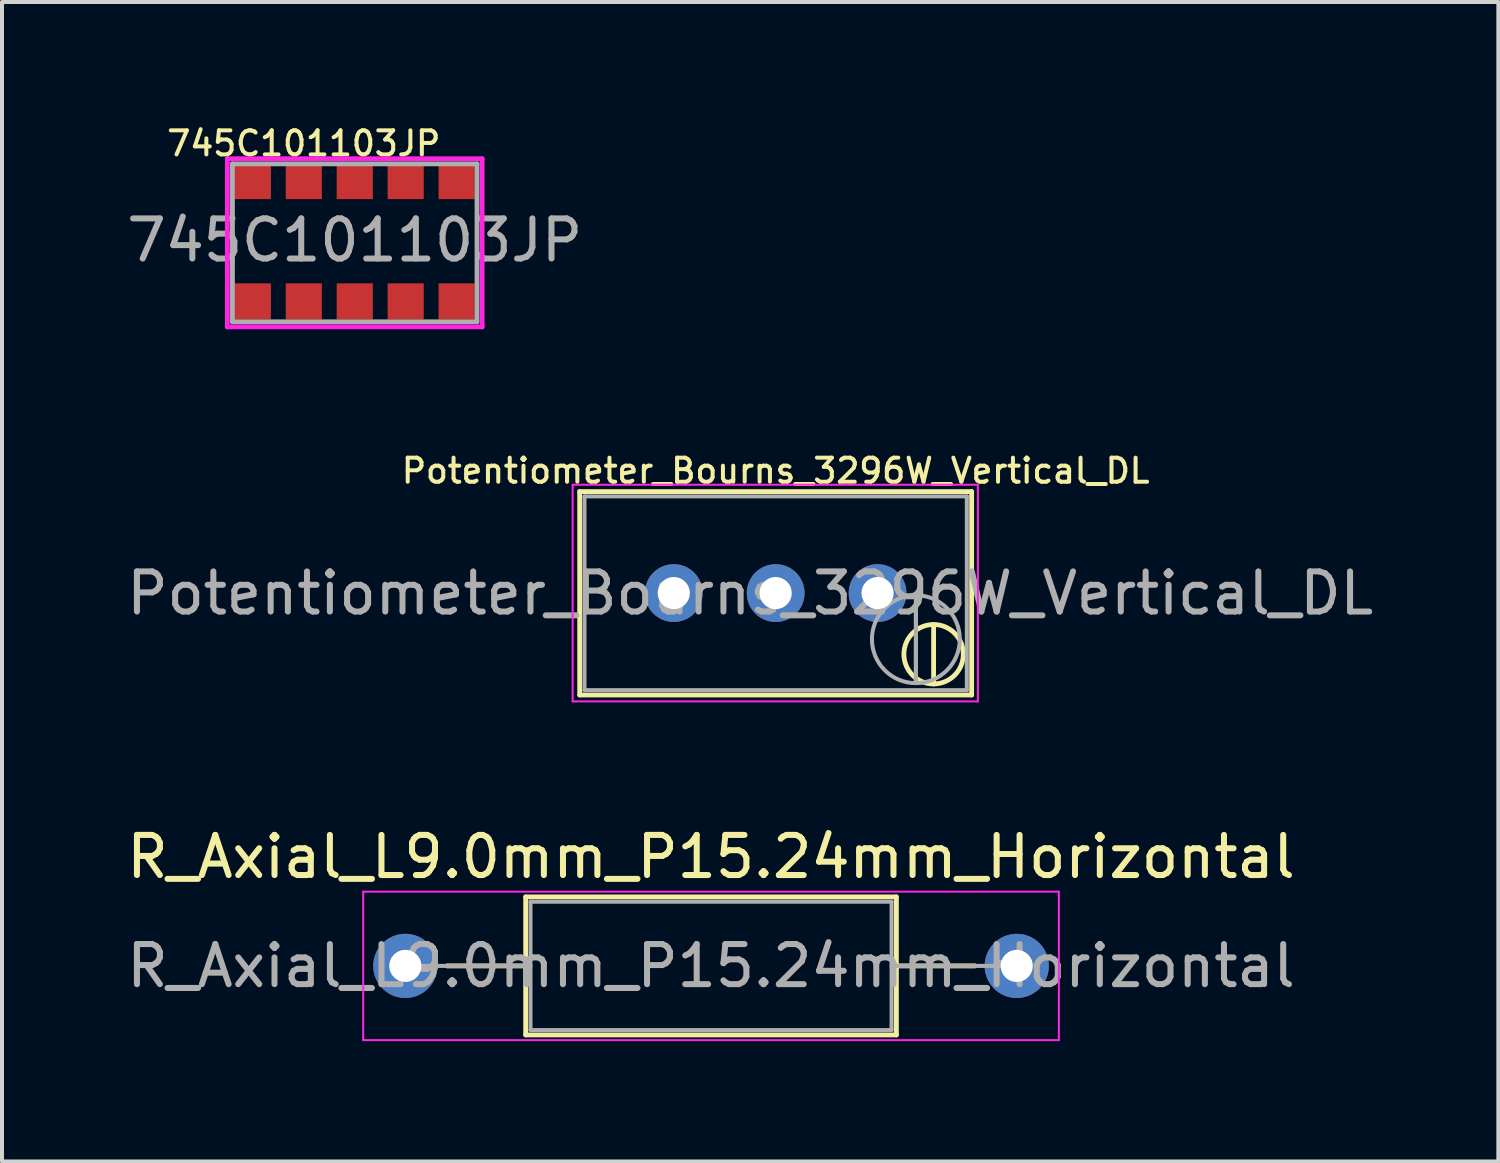
<source format=kicad_pcb>
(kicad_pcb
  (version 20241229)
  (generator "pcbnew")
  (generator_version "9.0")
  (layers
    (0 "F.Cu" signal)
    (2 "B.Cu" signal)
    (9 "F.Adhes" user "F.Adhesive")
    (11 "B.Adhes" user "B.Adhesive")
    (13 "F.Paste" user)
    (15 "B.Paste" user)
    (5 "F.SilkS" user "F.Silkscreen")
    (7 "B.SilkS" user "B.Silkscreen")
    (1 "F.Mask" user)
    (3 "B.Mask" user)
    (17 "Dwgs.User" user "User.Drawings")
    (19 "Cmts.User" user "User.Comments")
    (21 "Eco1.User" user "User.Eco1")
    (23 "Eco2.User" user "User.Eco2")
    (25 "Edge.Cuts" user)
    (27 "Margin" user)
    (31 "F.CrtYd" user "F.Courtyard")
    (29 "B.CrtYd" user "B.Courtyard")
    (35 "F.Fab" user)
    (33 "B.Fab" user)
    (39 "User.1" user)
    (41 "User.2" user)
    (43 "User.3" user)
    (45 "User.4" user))
  (footprint "R_Axial_L9.0mm_P15.24mm_Horizontal"
    (layer "F.Cu")
    (at 7.053 21.026)
    (property "Reference" "R_Axial_L9.0mm_P15.24mm_Horizontal" (at 7.62 -2.72 0) (layer "F.SilkS") (effects (font (size 1 1) (thickness 0.15))))
    (attr through_hole)
    (fp_line (start 1.04 0) (end 3 0) (stroke (width 0.12) (type solid)) (layer "F.SilkS"))
    (fp_line (start 3 -1.72) (end 3 1.72) (stroke (width 0.12) (type solid)) (layer "F.SilkS"))
    (fp_line (start 3 1.72) (end 12.24 1.72) (stroke (width 0.12) (type solid)) (layer "F.SilkS"))
    (fp_line (start 12.24 -1.72) (end 3 -1.72) (stroke (width 0.12) (type solid)) (layer "F.SilkS"))
    (fp_line (start 12.24 1.72) (end 12.24 -1.72) (stroke (width 0.12) (type solid)) (layer "F.SilkS"))
    (fp_line (start 14.2 0) (end 12.24 0) (stroke (width 0.12) (type solid)) (layer "F.SilkS"))
    (fp_line (start -1.05 -1.85) (end -1.05 1.85) (stroke (width 0.05) (type solid)) (layer "F.CrtYd"))
    (fp_line (start -1.05 1.85) (end 16.29 1.85) (stroke (width 0.05) (type solid)) (layer "F.CrtYd"))
    (fp_line (start 16.29 -1.85) (end -1.05 -1.85) (stroke (width 0.05) (type solid)) (layer "F.CrtYd"))
    (fp_line (start 16.29 1.85) (end 16.29 -1.85) (stroke (width 0.05) (type solid)) (layer "F.CrtYd"))
    (fp_line (start 0 0) (end 3.12 0) (stroke (width 0.1) (type solid)) (layer "F.Fab"))
    (fp_line (start 3.12 -1.6) (end 3.12 1.6) (stroke (width 0.1) (type solid)) (layer "F.Fab"))
    (fp_line (start 3.12 1.6) (end 12.12 1.6) (stroke (width 0.1) (type solid)) (layer "F.Fab"))
    (fp_line (start 12.12 -1.6) (end 3.12 -1.6) (stroke (width 0.1) (type solid)) (layer "F.Fab"))
    (fp_line (start 12.12 1.6) (end 12.12 -1.6) (stroke (width 0.1) (type solid)) (layer "F.Fab"))
    (fp_line (start 15.24 0) (end 12.12 0) (stroke (width 0.1) (type solid)) (layer "F.Fab"))
    (fp_text user "${REFERENCE}" (at 7.62 0 0) (layer "F.Fab") (effects (font (size 1 1) (thickness 0.15))))
    (pad "1" thru_hole circle (at 0 0) (size 1.6 1.6) (drill 0.8) (layers "*.Cu" "*.Mask"))
    (pad "2" thru_hole oval (at 15.24 0) (size 1.6 1.6) (drill 0.8) (layers "*.Cu" "*.Mask")))
  (footprint "745C101103JP"
    (layer "F.Cu")
    (at 3.252 4.463)
    (property "Reference" "745C101103JP" (at 1.27 -3.937 0) (layer "F.SilkS") (effects (font (size 0.6 0.6) (thickness 0.1))))
    (attr through_hole)
    (fp_line (start -0.635 -3.556) (end -0.635 0.635) (stroke (width 0.12) (type solid)) (layer "F.CrtYd"))
    (fp_line (start -0.635 0.635) (end 5.715 0.635) (stroke (width 0.12) (type solid)) (layer "F.CrtYd"))
    (fp_line (start 5.715 -3.556) (end -0.635 -3.556) (stroke (width 0.12) (type solid)) (layer "F.CrtYd"))
    (fp_line (start 5.715 0.635) (end 5.715 -3.556) (stroke (width 0.12) (type solid)) (layer "F.CrtYd"))
    (fp_line (start -0.508 -3.429) (end 5.588 -3.429) (stroke (width 0.12) (type solid)) (layer "F.Fab"))
    (fp_line (start -0.508 0.508) (end -0.508 -3.429) (stroke (width 0.12) (type solid)) (layer "F.Fab"))
    (fp_line (start 5.588 -3.429) (end 5.588 0.508) (stroke (width 0.12) (type solid)) (layer "F.Fab"))
    (fp_line (start 5.588 0.508) (end -0.508 0.508) (stroke (width 0.12) (type solid)) (layer "F.Fab"))
    (fp_text user "${REFERENCE}" (at 2.54 -1.524 0) (layer "F.Fab") (effects (font (size 1 1) (thickness 0.15))))
    (pad "1" smd rect (at 0 0) (size 0.9 0.9) (layers "F.Cu" "F.Mask" "F.Paste"))
    (pad "2" smd rect (at 1.27 0) (size 0.9 0.9) (layers "F.Cu" "F.Mask" "F.Paste"))
    (pad "3" smd rect (at 2.54 0) (size 0.9 0.9) (layers "F.Cu" "F.Mask" "F.Paste"))
    (pad "4" smd rect (at 3.81 0) (size 0.9 0.9) (layers "F.Cu" "F.Mask" "F.Paste"))
    (pad "5" smd rect (at 5.08 0) (size 0.9 0.9) (layers "F.Cu" "F.Mask" "F.Paste"))
    (pad "6" smd rect (at 5.08 -3) (size 0.9 0.9) (layers "F.Cu" "F.Mask" "F.Paste"))
    (pad "7" smd rect (at 3.81 -3) (size 0.9 0.9) (layers "F.Cu" "F.Mask" "F.Paste"))
    (pad "8" smd rect (at 2.54 -3) (size 0.9 0.9) (layers "F.Cu" "F.Mask" "F.Paste"))
    (pad "9" smd rect (at 1.27 -3) (size 0.9 0.9) (layers "F.Cu" "F.Mask" "F.Paste"))
    (pad "10" smd rect (at 0 -3) (size 0.9 0.9) (layers "F.Cu" "F.Mask" "F.Paste")))
  (footprint "Potentiometer_Bourns_3296W_Vertical_DL"
    (layer "F.Cu")
    (at 18.824 11.733)
    (property "Reference" "Potentiometer_Bourns_3296W_Vertical_DL" (at -2.54 -3.048 0) (layer "F.SilkS") (effects (font (size 0.6 0.6) (thickness 0.1))))
    (attr through_hole)
    (fp_line (start -7.425 -2.53) (end -7.425 2.54) (stroke (width 0.12) (type solid)) (layer "F.SilkS"))
    (fp_line (start -7.425 -2.53) (end 2.345 -2.53) (stroke (width 0.12) (type solid)) (layer "F.SilkS"))
    (fp_line (start -7.425 2.54) (end 2.345 2.54) (stroke (width 0.12) (type solid)) (layer "F.SilkS"))
    (fp_line (start 1.397 0.783) (end 1.397 2.265) (stroke (width 0.12) (type solid)) (layer "F.SilkS"))
    (fp_line (start 2.345 -2.53) (end 2.345 2.54) (stroke (width 0.12) (type solid)) (layer "F.SilkS"))
    (fp_circle (center 1.397 1.524) (end 1.778 2.159) (stroke (width 0.12) (type solid)) (fill no) (layer "F.SilkS"))
    (fp_line (start -7.6 -2.7) (end -7.6 2.7) (stroke (width 0.05) (type solid)) (layer "F.CrtYd"))
    (fp_line (start -7.6 2.7) (end 2.5 2.7) (stroke (width 0.05) (type solid)) (layer "F.CrtYd"))
    (fp_line (start 2.5 -2.7) (end -7.6 -2.7) (stroke (width 0.05) (type solid)) (layer "F.CrtYd"))
    (fp_line (start 2.5 2.7) (end 2.5 -2.7) (stroke (width 0.05) (type solid)) (layer "F.CrtYd"))
    (fp_line (start -7.305 -2.41) (end -7.305 2.42) (stroke (width 0.1) (type solid)) (layer "F.Fab"))
    (fp_line (start -7.305 2.42) (end 2.225 2.42) (stroke (width 0.1) (type solid)) (layer "F.Fab"))
    (fp_line (start 0.955 2.235) (end 0.956 0.066) (stroke (width 0.1) (type solid)) (layer "F.Fab"))
    (fp_line (start 0.955 2.235) (end 0.956 0.066) (stroke (width 0.1) (type solid)) (layer "F.Fab"))
    (fp_line (start 2.225 -2.41) (end -7.305 -2.41) (stroke (width 0.1) (type solid)) (layer "F.Fab"))
    (fp_line (start 2.225 2.42) (end 2.225 -2.41) (stroke (width 0.1) (type solid)) (layer "F.Fab"))
    (fp_circle (center 0.955 1.15) (end 2.05 1.15) (stroke (width 0.1) (type solid)) (fill no) (layer "F.Fab"))
    (fp_text user "${REFERENCE}" (at -3.175 0.005 0) (layer "F.Fab") (effects (font (size 1 1) (thickness 0.15))))
    (pad "1" thru_hole circle (at 0 0) (size 1.44 1.44) (drill 0.8) (layers "*.Cu" "*.Mask"))
    (pad "2" thru_hole circle (at -2.54 0) (size 1.44 1.44) (drill 0.8) (layers "*.Cu" "*.Mask"))
    (pad "3" thru_hole circle (at -5.08 0) (size 1.44 1.44) (drill 0.8) (layers "*.Cu" "*.Mask")))
  (gr_rect
    (start -3 -3)
    (end 34.298 25.901)
    (stroke (width 0.1) (type default))
    (fill no)
    (layer "Edge.Cuts")))
</source>
